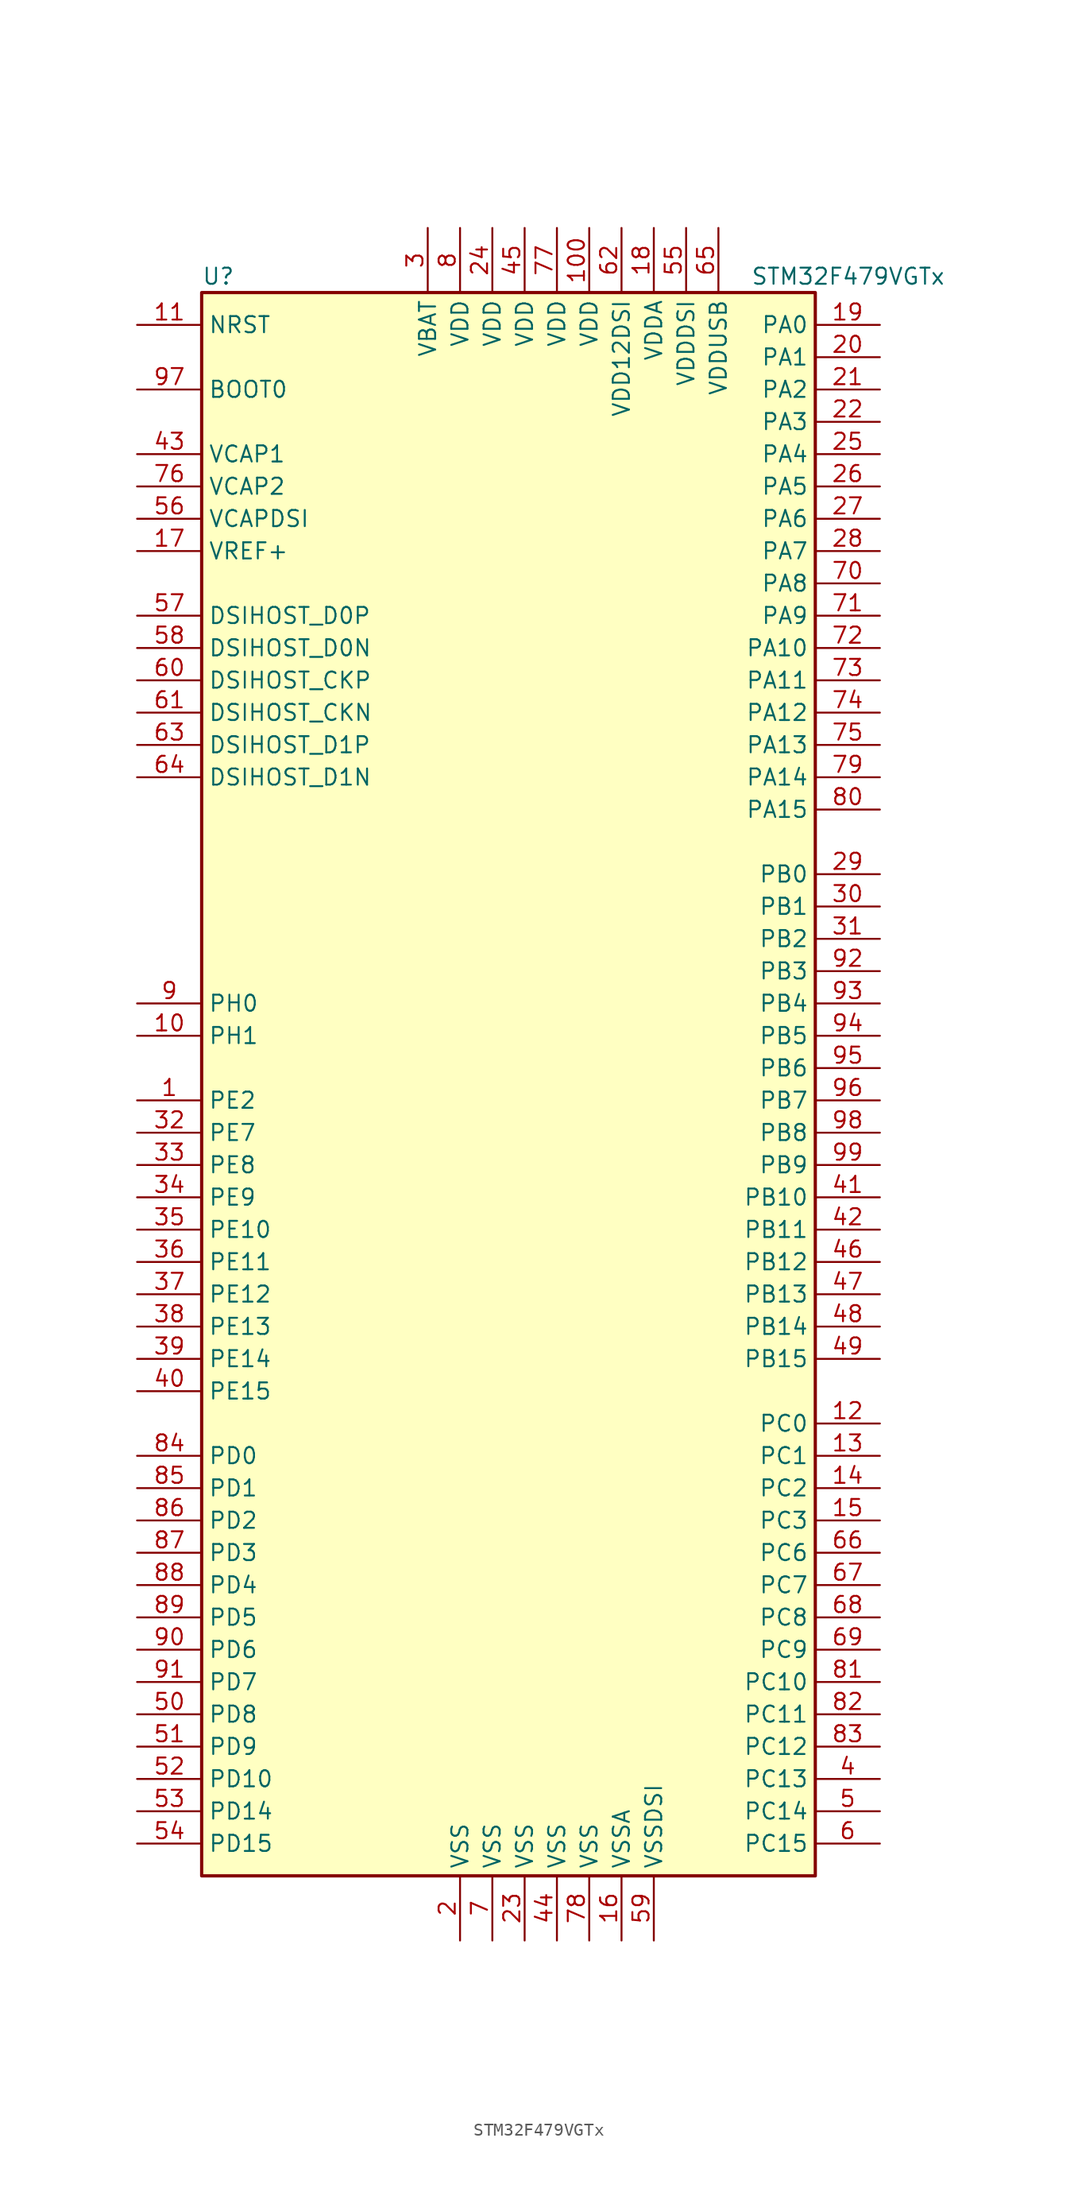
<source format=kicad_sym>
(kicad_symbol_lib
  (version 20211014)
  (generator kicad_symbol_editor)
  (symbol "STM32F479VGTx"
    (property "Reference" "U"
      (at -25.4 62.23 0)
      (effects (font (size 1.27 1.27)) (justify left)))
    (property "Value" "STM32F479VGTx"
      (at 17.78 62.23 0)
      (effects (font (size 1.27 1.27)) (justify left)))
    (symbol "STM32F479VGTx_0_1"
      (rectangle (start -25.4 -63.5) (end 22.86 60.96) (stroke (width 0.254) (type default) (color 0 0 0 0)) (fill (type background))))
    (symbol "STM32F479VGTx_1_1"
      (pin bidirectional line (at -30.48 -2.54 0) (length 5.08) (name "PE2" (effects (font (size 1.27 1.27)))) (number "1" (effects (font (size 1.27 1.27)))))
      (pin input line (at -30.48 2.54 0) (length 5.08) (name "PH1" (effects (font (size 1.27 1.27)))) (number "10" (effects (font (size 1.27 1.27)))))
      (pin power_in line (at 5.08 66.04 270) (length 5.08) (name "VDD" (effects (font (size 1.27 1.27)))) (number "100" (effects (font (size 1.27 1.27)))))
      (pin input line (at -30.48 58.42 0) (length 5.08) (name "NRST" (effects (font (size 1.27 1.27)))) (number "11" (effects (font (size 1.27 1.27)))))
      (pin bidirectional line (at 27.94 -27.94 180) (length 5.08) (name "PC0" (effects (font (size 1.27 1.27)))) (number "12" (effects (font (size 1.27 1.27)))))
      (pin bidirectional line (at 27.94 -30.48 180) (length 5.08) (name "PC1" (effects (font (size 1.27 1.27)))) (number "13" (effects (font (size 1.27 1.27)))))
      (pin bidirectional line (at 27.94 -33.02 180) (length 5.08) (name "PC2" (effects (font (size 1.27 1.27)))) (number "14" (effects (font (size 1.27 1.27)))))
      (pin bidirectional line (at 27.94 -35.56 180) (length 5.08) (name "PC3" (effects (font (size 1.27 1.27)))) (number "15" (effects (font (size 1.27 1.27)))))
      (pin power_in line (at 7.62 -68.58 90) (length 5.08) (name "VSSA" (effects (font (size 1.27 1.27)))) (number "16" (effects (font (size 1.27 1.27)))))
      (pin power_in line (at -30.48 40.64 0) (length 5.08) (name "VREF+" (effects (font (size 1.27 1.27)))) (number "17" (effects (font (size 1.27 1.27)))))
      (pin power_in line (at 10.16 66.04 270) (length 5.08) (name "VDDA" (effects (font (size 1.27 1.27)))) (number "18" (effects (font (size 1.27 1.27)))))
      (pin bidirectional line (at 27.94 58.42 180) (length 5.08) (name "PA0" (effects (font (size 1.27 1.27)))) (number "19" (effects (font (size 1.27 1.27)))))
      (pin power_in line (at -5.08 -68.58 90) (length 5.08) (name "VSS" (effects (font (size 1.27 1.27)))) (number "2" (effects (font (size 1.27 1.27)))))
      (pin bidirectional line (at 27.94 55.88 180) (length 5.08) (name "PA1" (effects (font (size 1.27 1.27)))) (number "20" (effects (font (size 1.27 1.27)))))
      (pin bidirectional line (at 27.94 53.34 180) (length 5.08) (name "PA2" (effects (font (size 1.27 1.27)))) (number "21" (effects (font (size 1.27 1.27)))))
      (pin bidirectional line (at 27.94 50.8 180) (length 5.08) (name "PA3" (effects (font (size 1.27 1.27)))) (number "22" (effects (font (size 1.27 1.27)))))
      (pin power_in line (at 0 -68.58 90) (length 5.08) (name "VSS" (effects (font (size 1.27 1.27)))) (number "23" (effects (font (size 1.27 1.27)))))
      (pin power_in line (at -2.54 66.04 270) (length 5.08) (name "VDD" (effects (font (size 1.27 1.27)))) (number "24" (effects (font (size 1.27 1.27)))))
      (pin bidirectional line (at 27.94 48.26 180) (length 5.08) (name "PA4" (effects (font (size 1.27 1.27)))) (number "25" (effects (font (size 1.27 1.27)))))
      (pin bidirectional line (at 27.94 45.72 180) (length 5.08) (name "PA5" (effects (font (size 1.27 1.27)))) (number "26" (effects (font (size 1.27 1.27)))))
      (pin bidirectional line (at 27.94 43.18 180) (length 5.08) (name "PA6" (effects (font (size 1.27 1.27)))) (number "27" (effects (font (size 1.27 1.27)))))
      (pin bidirectional line (at 27.94 40.64 180) (length 5.08) (name "PA7" (effects (font (size 1.27 1.27)))) (number "28" (effects (font (size 1.27 1.27)))))
      (pin bidirectional line (at 27.94 15.24 180) (length 5.08) (name "PB0" (effects (font (size 1.27 1.27)))) (number "29" (effects (font (size 1.27 1.27)))))
      (pin power_in line (at -7.62 66.04 270) (length 5.08) (name "VBAT" (effects (font (size 1.27 1.27)))) (number "3" (effects (font (size 1.27 1.27)))))
      (pin bidirectional line (at 27.94 12.7 180) (length 5.08) (name "PB1" (effects (font (size 1.27 1.27)))) (number "30" (effects (font (size 1.27 1.27)))))
      (pin bidirectional line (at 27.94 10.16 180) (length 5.08) (name "PB2" (effects (font (size 1.27 1.27)))) (number "31" (effects (font (size 1.27 1.27)))))
      (pin bidirectional line (at -30.48 -5.08 0) (length 5.08) (name "PE7" (effects (font (size 1.27 1.27)))) (number "32" (effects (font (size 1.27 1.27)))))
      (pin bidirectional line (at -30.48 -7.62 0) (length 5.08) (name "PE8" (effects (font (size 1.27 1.27)))) (number "33" (effects (font (size 1.27 1.27)))))
      (pin bidirectional line (at -30.48 -10.16 0) (length 5.08) (name "PE9" (effects (font (size 1.27 1.27)))) (number "34" (effects (font (size 1.27 1.27)))))
      (pin bidirectional line (at -30.48 -12.7 0) (length 5.08) (name "PE10" (effects (font (size 1.27 1.27)))) (number "35" (effects (font (size 1.27 1.27)))))
      (pin bidirectional line (at -30.48 -15.24 0) (length 5.08) (name "PE11" (effects (font (size 1.27 1.27)))) (number "36" (effects (font (size 1.27 1.27)))))
      (pin bidirectional line (at -30.48 -17.78 0) (length 5.08) (name "PE12" (effects (font (size 1.27 1.27)))) (number "37" (effects (font (size 1.27 1.27)))))
      (pin bidirectional line (at -30.48 -20.32 0) (length 5.08) (name "PE13" (effects (font (size 1.27 1.27)))) (number "38" (effects (font (size 1.27 1.27)))))
      (pin bidirectional line (at -30.48 -22.86 0) (length 5.08) (name "PE14" (effects (font (size 1.27 1.27)))) (number "39" (effects (font (size 1.27 1.27)))))
      (pin bidirectional line (at 27.94 -55.88 180) (length 5.08) (name "PC13" (effects (font (size 1.27 1.27)))) (number "4" (effects (font (size 1.27 1.27)))))
      (pin bidirectional line (at -30.48 -25.4 0) (length 5.08) (name "PE15" (effects (font (size 1.27 1.27)))) (number "40" (effects (font (size 1.27 1.27)))))
      (pin bidirectional line (at 27.94 -10.16 180) (length 5.08) (name "PB10" (effects (font (size 1.27 1.27)))) (number "41" (effects (font (size 1.27 1.27)))))
      (pin bidirectional line (at 27.94 -12.7 180) (length 5.08) (name "PB11" (effects (font (size 1.27 1.27)))) (number "42" (effects (font (size 1.27 1.27)))))
      (pin power_in line (at -30.48 48.26 0) (length 5.08) (name "VCAP1" (effects (font (size 1.27 1.27)))) (number "43" (effects (font (size 1.27 1.27)))))
      (pin power_in line (at 2.54 -68.58 90) (length 5.08) (name "VSS" (effects (font (size 1.27 1.27)))) (number "44" (effects (font (size 1.27 1.27)))))
      (pin power_in line (at 0 66.04 270) (length 5.08) (name "VDD" (effects (font (size 1.27 1.27)))) (number "45" (effects (font (size 1.27 1.27)))))
      (pin bidirectional line (at 27.94 -15.24 180) (length 5.08) (name "PB12" (effects (font (size 1.27 1.27)))) (number "46" (effects (font (size 1.27 1.27)))))
      (pin bidirectional line (at 27.94 -17.78 180) (length 5.08) (name "PB13" (effects (font (size 1.27 1.27)))) (number "47" (effects (font (size 1.27 1.27)))))
      (pin bidirectional line (at 27.94 -20.32 180) (length 5.08) (name "PB14" (effects (font (size 1.27 1.27)))) (number "48" (effects (font (size 1.27 1.27)))))
      (pin bidirectional line (at 27.94 -22.86 180) (length 5.08) (name "PB15" (effects (font (size 1.27 1.27)))) (number "49" (effects (font (size 1.27 1.27)))))
      (pin bidirectional line (at 27.94 -58.42 180) (length 5.08) (name "PC14" (effects (font (size 1.27 1.27)))) (number "5" (effects (font (size 1.27 1.27)))))
      (pin bidirectional line (at -30.48 -50.8 0) (length 5.08) (name "PD8" (effects (font (size 1.27 1.27)))) (number "50" (effects (font (size 1.27 1.27)))))
      (pin bidirectional line (at -30.48 -53.34 0) (length 5.08) (name "PD9" (effects (font (size 1.27 1.27)))) (number "51" (effects (font (size 1.27 1.27)))))
      (pin bidirectional line (at -30.48 -55.88 0) (length 5.08) (name "PD10" (effects (font (size 1.27 1.27)))) (number "52" (effects (font (size 1.27 1.27)))))
      (pin bidirectional line (at -30.48 -58.42 0) (length 5.08) (name "PD14" (effects (font (size 1.27 1.27)))) (number "53" (effects (font (size 1.27 1.27)))))
      (pin bidirectional line (at -30.48 -60.96 0) (length 5.08) (name "PD15" (effects (font (size 1.27 1.27)))) (number "54" (effects (font (size 1.27 1.27)))))
      (pin power_in line (at 12.7 66.04 270) (length 5.08) (name "VDDDSI" (effects (font (size 1.27 1.27)))) (number "55" (effects (font (size 1.27 1.27)))))
      (pin power_in line (at -30.48 43.18 0) (length 5.08) (name "VCAPDSI" (effects (font (size 1.27 1.27)))) (number "56" (effects (font (size 1.27 1.27)))))
      (pin bidirectional line (at -30.48 35.56 0) (length 5.08) (name "DSIHOST_D0P" (effects (font (size 1.27 1.27)))) (number "57" (effects (font (size 1.27 1.27)))))
      (pin bidirectional line (at -30.48 33.02 0) (length 5.08) (name "DSIHOST_D0N" (effects (font (size 1.27 1.27)))) (number "58" (effects (font (size 1.27 1.27)))))
      (pin power_in line (at 10.16 -68.58 90) (length 5.08) (name "VSSDSI" (effects (font (size 1.27 1.27)))) (number "59" (effects (font (size 1.27 1.27)))))
      (pin bidirectional line (at 27.94 -60.96 180) (length 5.08) (name "PC15" (effects (font (size 1.27 1.27)))) (number "6" (effects (font (size 1.27 1.27)))))
      (pin bidirectional line (at -30.48 30.48 0) (length 5.08) (name "DSIHOST_CKP" (effects (font (size 1.27 1.27)))) (number "60" (effects (font (size 1.27 1.27)))))
      (pin bidirectional line (at -30.48 27.94 0) (length 5.08) (name "DSIHOST_CKN" (effects (font (size 1.27 1.27)))) (number "61" (effects (font (size 1.27 1.27)))))
      (pin power_in line (at 7.62 66.04 270) (length 5.08) (name "VDD12DSI" (effects (font (size 1.27 1.27)))) (number "62" (effects (font (size 1.27 1.27)))))
      (pin bidirectional line (at -30.48 25.4 0) (length 5.08) (name "DSIHOST_D1P" (effects (font (size 1.27 1.27)))) (number "63" (effects (font (size 1.27 1.27)))))
      (pin bidirectional line (at -30.48 22.86 0) (length 5.08) (name "DSIHOST_D1N" (effects (font (size 1.27 1.27)))) (number "64" (effects (font (size 1.27 1.27)))))
      (pin power_in line (at 15.24 66.04 270) (length 5.08) (name "VDDUSB" (effects (font (size 1.27 1.27)))) (number "65" (effects (font (size 1.27 1.27)))))
      (pin bidirectional line (at 27.94 -38.1 180) (length 5.08) (name "PC6" (effects (font (size 1.27 1.27)))) (number "66" (effects (font (size 1.27 1.27)))))
      (pin bidirectional line (at 27.94 -40.64 180) (length 5.08) (name "PC7" (effects (font (size 1.27 1.27)))) (number "67" (effects (font (size 1.27 1.27)))))
      (pin bidirectional line (at 27.94 -43.18 180) (length 5.08) (name "PC8" (effects (font (size 1.27 1.27)))) (number "68" (effects (font (size 1.27 1.27)))))
      (pin bidirectional line (at 27.94 -45.72 180) (length 5.08) (name "PC9" (effects (font (size 1.27 1.27)))) (number "69" (effects (font (size 1.27 1.27)))))
      (pin power_in line (at -2.54 -68.58 90) (length 5.08) (name "VSS" (effects (font (size 1.27 1.27)))) (number "7" (effects (font (size 1.27 1.27)))))
      (pin bidirectional line (at 27.94 38.1 180) (length 5.08) (name "PA8" (effects (font (size 1.27 1.27)))) (number "70" (effects (font (size 1.27 1.27)))))
      (pin bidirectional line (at 27.94 35.56 180) (length 5.08) (name "PA9" (effects (font (size 1.27 1.27)))) (number "71" (effects (font (size 1.27 1.27)))))
      (pin bidirectional line (at 27.94 33.02 180) (length 5.08) (name "PA10" (effects (font (size 1.27 1.27)))) (number "72" (effects (font (size 1.27 1.27)))))
      (pin bidirectional line (at 27.94 30.48 180) (length 5.08) (name "PA11" (effects (font (size 1.27 1.27)))) (number "73" (effects (font (size 1.27 1.27)))))
      (pin bidirectional line (at 27.94 27.94 180) (length 5.08) (name "PA12" (effects (font (size 1.27 1.27)))) (number "74" (effects (font (size 1.27 1.27)))))
      (pin bidirectional line (at 27.94 25.4 180) (length 5.08) (name "PA13" (effects (font (size 1.27 1.27)))) (number "75" (effects (font (size 1.27 1.27)))))
      (pin power_in line (at -30.48 45.72 0) (length 5.08) (name "VCAP2" (effects (font (size 1.27 1.27)))) (number "76" (effects (font (size 1.27 1.27)))))
      (pin power_in line (at 2.54 66.04 270) (length 5.08) (name "VDD" (effects (font (size 1.27 1.27)))) (number "77" (effects (font (size 1.27 1.27)))))
      (pin power_in line (at 5.08 -68.58 90) (length 5.08) (name "VSS" (effects (font (size 1.27 1.27)))) (number "78" (effects (font (size 1.27 1.27)))))
      (pin bidirectional line (at 27.94 22.86 180) (length 5.08) (name "PA14" (effects (font (size 1.27 1.27)))) (number "79" (effects (font (size 1.27 1.27)))))
      (pin power_in line (at -5.08 66.04 270) (length 5.08) (name "VDD" (effects (font (size 1.27 1.27)))) (number "8" (effects (font (size 1.27 1.27)))))
      (pin bidirectional line (at 27.94 20.32 180) (length 5.08) (name "PA15" (effects (font (size 1.27 1.27)))) (number "80" (effects (font (size 1.27 1.27)))))
      (pin bidirectional line (at 27.94 -48.26 180) (length 5.08) (name "PC10" (effects (font (size 1.27 1.27)))) (number "81" (effects (font (size 1.27 1.27)))))
      (pin bidirectional line (at 27.94 -50.8 180) (length 5.08) (name "PC11" (effects (font (size 1.27 1.27)))) (number "82" (effects (font (size 1.27 1.27)))))
      (pin bidirectional line (at 27.94 -53.34 180) (length 5.08) (name "PC12" (effects (font (size 1.27 1.27)))) (number "83" (effects (font (size 1.27 1.27)))))
      (pin bidirectional line (at -30.48 -30.48 0) (length 5.08) (name "PD0" (effects (font (size 1.27 1.27)))) (number "84" (effects (font (size 1.27 1.27)))))
      (pin bidirectional line (at -30.48 -33.02 0) (length 5.08) (name "PD1" (effects (font (size 1.27 1.27)))) (number "85" (effects (font (size 1.27 1.27)))))
      (pin bidirectional line (at -30.48 -35.56 0) (length 5.08) (name "PD2" (effects (font (size 1.27 1.27)))) (number "86" (effects (font (size 1.27 1.27)))))
      (pin bidirectional line (at -30.48 -38.1 0) (length 5.08) (name "PD3" (effects (font (size 1.27 1.27)))) (number "87" (effects (font (size 1.27 1.27)))))
      (pin bidirectional line (at -30.48 -40.64 0) (length 5.08) (name "PD4" (effects (font (size 1.27 1.27)))) (number "88" (effects (font (size 1.27 1.27)))))
      (pin bidirectional line (at -30.48 -43.18 0) (length 5.08) (name "PD5" (effects (font (size 1.27 1.27)))) (number "89" (effects (font (size 1.27 1.27)))))
      (pin input line (at -30.48 5.08 0) (length 5.08) (name "PH0" (effects (font (size 1.27 1.27)))) (number "9" (effects (font (size 1.27 1.27)))))
      (pin bidirectional line (at -30.48 -45.72 0) (length 5.08) (name "PD6" (effects (font (size 1.27 1.27)))) (number "90" (effects (font (size 1.27 1.27)))))
      (pin bidirectional line (at -30.48 -48.26 0) (length 5.08) (name "PD7" (effects (font (size 1.27 1.27)))) (number "91" (effects (font (size 1.27 1.27)))))
      (pin bidirectional line (at 27.94 7.62 180) (length 5.08) (name "PB3" (effects (font (size 1.27 1.27)))) (number "92" (effects (font (size 1.27 1.27)))))
      (pin bidirectional line (at 27.94 5.08 180) (length 5.08) (name "PB4" (effects (font (size 1.27 1.27)))) (number "93" (effects (font (size 1.27 1.27)))))
      (pin bidirectional line (at 27.94 2.54 180) (length 5.08) (name "PB5" (effects (font (size 1.27 1.27)))) (number "94" (effects (font (size 1.27 1.27)))))
      (pin bidirectional line (at 27.94 0 180) (length 5.08) (name "PB6" (effects (font (size 1.27 1.27)))) (number "95" (effects (font (size 1.27 1.27)))))
      (pin bidirectional line (at 27.94 -2.54 180) (length 5.08) (name "PB7" (effects (font (size 1.27 1.27)))) (number "96" (effects (font (size 1.27 1.27)))))
      (pin input line (at -30.48 53.34 0) (length 5.08) (name "BOOT0" (effects (font (size 1.27 1.27)))) (number "97" (effects (font (size 1.27 1.27)))))
      (pin bidirectional line (at 27.94 -5.08 180) (length 5.08) (name "PB8" (effects (font (size 1.27 1.27)))) (number "98" (effects (font (size 1.27 1.27)))))
      (pin bidirectional line (at 27.94 -7.62 180) (length 5.08) (name "PB9" (effects (font (size 1.27 1.27)))) (number "99" (effects (font (size 1.27 1.27))))))))
</source>
